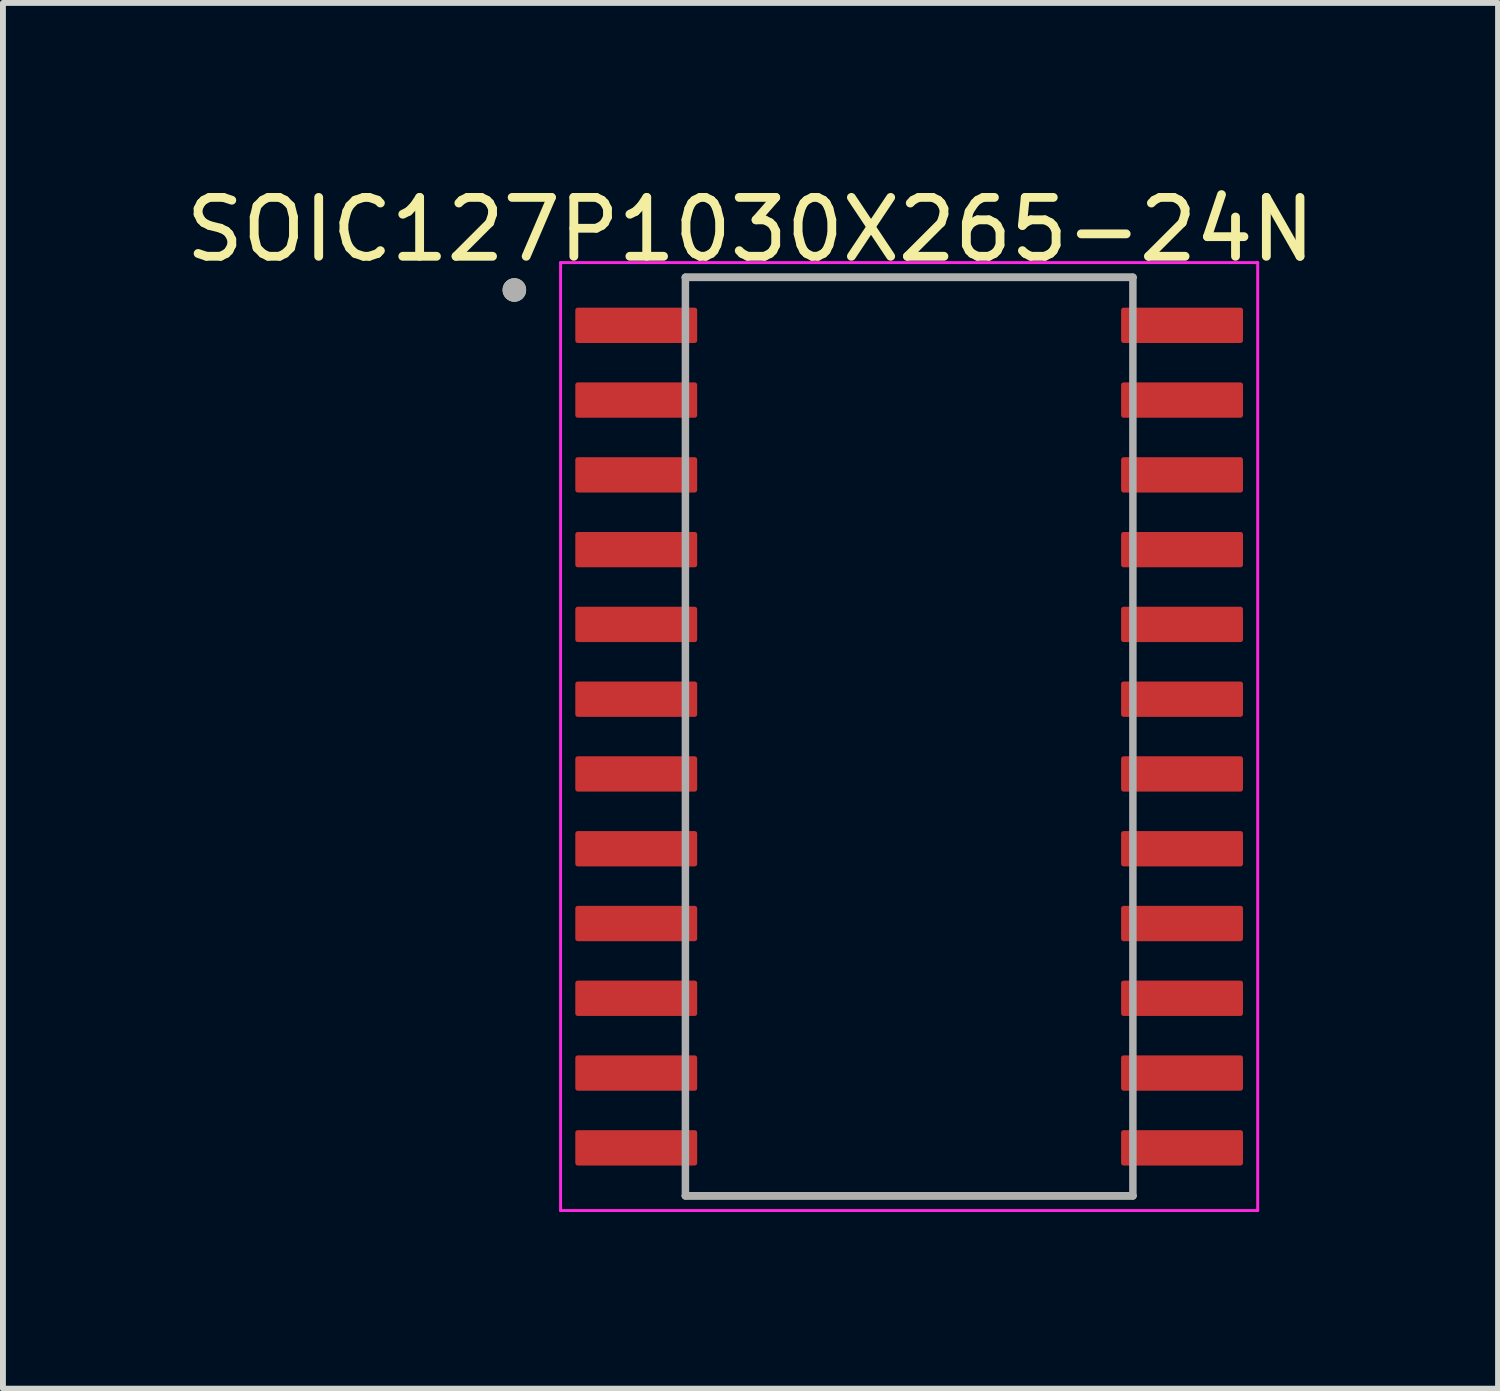
<source format=kicad_pcb>
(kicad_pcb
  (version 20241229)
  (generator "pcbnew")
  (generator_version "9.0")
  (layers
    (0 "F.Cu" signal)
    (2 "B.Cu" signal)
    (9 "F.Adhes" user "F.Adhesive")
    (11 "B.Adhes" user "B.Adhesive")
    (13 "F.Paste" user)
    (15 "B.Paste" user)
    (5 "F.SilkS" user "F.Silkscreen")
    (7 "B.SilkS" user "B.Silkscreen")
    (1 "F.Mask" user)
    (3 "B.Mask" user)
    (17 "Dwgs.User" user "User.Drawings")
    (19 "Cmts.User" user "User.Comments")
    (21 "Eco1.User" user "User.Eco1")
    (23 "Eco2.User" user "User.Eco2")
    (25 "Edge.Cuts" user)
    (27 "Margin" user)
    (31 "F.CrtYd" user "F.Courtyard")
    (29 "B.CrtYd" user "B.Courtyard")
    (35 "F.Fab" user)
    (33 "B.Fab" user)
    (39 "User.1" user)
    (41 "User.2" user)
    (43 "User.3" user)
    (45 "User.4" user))
  (footprint "SOIC127P1030X265-24N"
    (layer "F.Cu")
    (at 12.391 9.46)
    (property "Reference" "SOIC127P1030X265-24N" (at -2.695 -8.612 0) (layer "F.SilkS") (effects (font (size 1 1) (thickness 0.15))))
    (attr smd)
    (fp_line (start -3.8 -7.8) (end 3.8 -7.8) (stroke (width 0.127) (type solid)) (layer "F.SilkS"))
    (fp_line (start -3.8 7.8) (end 3.8 7.8) (stroke (width 0.127) (type solid)) (layer "F.SilkS"))
    (fp_circle (center -6.705 -7.585) (end -6.605 -7.585) (stroke (width 0.2) (type solid)) (fill no) (layer "F.SilkS"))
    (fp_line (start -5.92 -8.05) (end -5.92 8.05) (stroke (width 0.05) (type solid)) (layer "F.CrtYd"))
    (fp_line (start -5.92 -8.05) (end 5.92 -8.05) (stroke (width 0.05) (type solid)) (layer "F.CrtYd"))
    (fp_line (start -5.92 8.05) (end 5.92 8.05) (stroke (width 0.05) (type solid)) (layer "F.CrtYd"))
    (fp_line (start 5.92 -8.05) (end 5.92 8.05) (stroke (width 0.05) (type solid)) (layer "F.CrtYd"))
    (fp_line (start -3.8 -7.8) (end -3.8 7.8) (stroke (width 0.127) (type solid)) (layer "F.Fab"))
    (fp_line (start -3.8 -7.8) (end 3.8 -7.8) (stroke (width 0.127) (type solid)) (layer "F.Fab"))
    (fp_line (start -3.8 7.8) (end 3.8 7.8) (stroke (width 0.127) (type solid)) (layer "F.Fab"))
    (fp_line (start 3.8 -7.8) (end 3.8 7.8) (stroke (width 0.127) (type solid)) (layer "F.Fab"))
    (fp_circle (center -6.705 -7.585) (end -6.605 -7.585) (stroke (width 0.2) (type solid)) (fill no) (layer "F.Fab"))
    (pad "1" smd roundrect (at -4.635 -6.985) (size 2.07 0.6) (layers "F.Cu" "F.Mask" "F.Paste") (roundrect_rratio 0.07))
    (pad "2" smd roundrect (at -4.635 -5.715) (size 2.07 0.6) (layers "F.Cu" "F.Mask" "F.Paste") (roundrect_rratio 0.07))
    (pad "3" smd roundrect (at -4.635 -4.445) (size 2.07 0.6) (layers "F.Cu" "F.Mask" "F.Paste") (roundrect_rratio 0.07))
    (pad "4" smd roundrect (at -4.635 -3.175) (size 2.07 0.6) (layers "F.Cu" "F.Mask" "F.Paste") (roundrect_rratio 0.07))
    (pad "5" smd roundrect (at -4.635 -1.905) (size 2.07 0.6) (layers "F.Cu" "F.Mask" "F.Paste") (roundrect_rratio 0.07))
    (pad "6" smd roundrect (at -4.635 -0.635) (size 2.07 0.6) (layers "F.Cu" "F.Mask" "F.Paste") (roundrect_rratio 0.07))
    (pad "7" smd roundrect (at -4.635 0.635) (size 2.07 0.6) (layers "F.Cu" "F.Mask" "F.Paste") (roundrect_rratio 0.07))
    (pad "8" smd roundrect (at -4.635 1.905) (size 2.07 0.6) (layers "F.Cu" "F.Mask" "F.Paste") (roundrect_rratio 0.07))
    (pad "9" smd roundrect (at -4.635 3.175) (size 2.07 0.6) (layers "F.Cu" "F.Mask" "F.Paste") (roundrect_rratio 0.07))
    (pad "10" smd roundrect (at -4.635 4.445) (size 2.07 0.6) (layers "F.Cu" "F.Mask" "F.Paste") (roundrect_rratio 0.07))
    (pad "11" smd roundrect (at -4.635 5.715) (size 2.07 0.6) (layers "F.Cu" "F.Mask" "F.Paste") (roundrect_rratio 0.07))
    (pad "12" smd roundrect (at -4.635 6.985) (size 2.07 0.6) (layers "F.Cu" "F.Mask" "F.Paste") (roundrect_rratio 0.07))
    (pad "13" smd roundrect (at 4.635 6.985) (size 2.07 0.6) (layers "F.Cu" "F.Mask" "F.Paste") (roundrect_rratio 0.07))
    (pad "14" smd roundrect (at 4.635 5.715) (size 2.07 0.6) (layers "F.Cu" "F.Mask" "F.Paste") (roundrect_rratio 0.07))
    (pad "15" smd roundrect (at 4.635 4.445) (size 2.07 0.6) (layers "F.Cu" "F.Mask" "F.Paste") (roundrect_rratio 0.07))
    (pad "16" smd roundrect (at 4.635 3.175) (size 2.07 0.6) (layers "F.Cu" "F.Mask" "F.Paste") (roundrect_rratio 0.07))
    (pad "17" smd roundrect (at 4.635 1.905) (size 2.07 0.6) (layers "F.Cu" "F.Mask" "F.Paste") (roundrect_rratio 0.07))
    (pad "18" smd roundrect (at 4.635 0.635) (size 2.07 0.6) (layers "F.Cu" "F.Mask" "F.Paste") (roundrect_rratio 0.07))
    (pad "19" smd roundrect (at 4.635 -0.635) (size 2.07 0.6) (layers "F.Cu" "F.Mask" "F.Paste") (roundrect_rratio 0.07))
    (pad "20" smd roundrect (at 4.635 -1.905) (size 2.07 0.6) (layers "F.Cu" "F.Mask" "F.Paste") (roundrect_rratio 0.07))
    (pad "21" smd roundrect (at 4.635 -3.175) (size 2.07 0.6) (layers "F.Cu" "F.Mask" "F.Paste") (roundrect_rratio 0.07))
    (pad "22" smd roundrect (at 4.635 -4.445) (size 2.07 0.6) (layers "F.Cu" "F.Mask" "F.Paste") (roundrect_rratio 0.07))
    (pad "23" smd roundrect (at 4.635 -5.715) (size 2.07 0.6) (layers "F.Cu" "F.Mask" "F.Paste") (roundrect_rratio 0.07))
    (pad "24" smd roundrect (at 4.635 -6.985) (size 2.07 0.6) (layers "F.Cu" "F.Mask" "F.Paste") (roundrect_rratio 0.07)))
  (gr_rect
    (start -3 -3)
    (end 22.393 20.535)
    (stroke (width 0.1) (type default))
    (fill no)
    (layer "Edge.Cuts")))
</source>
